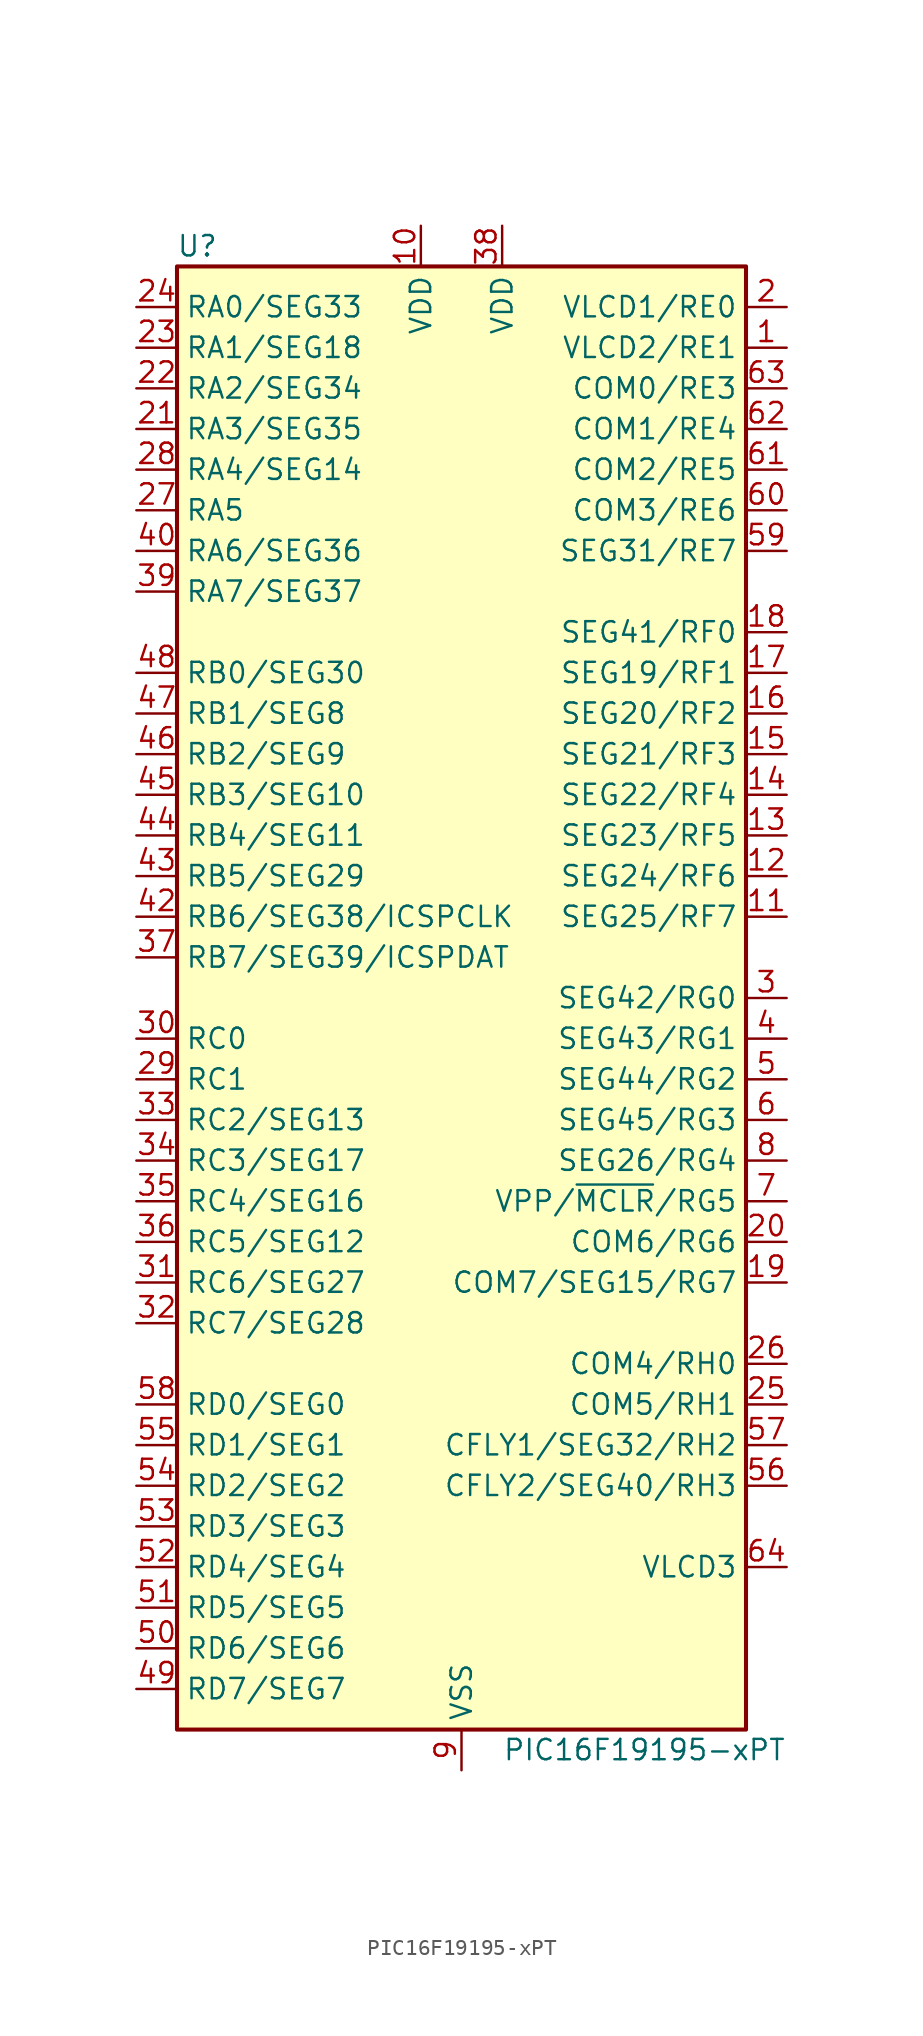
<source format=kicad_sym>
(kicad_symbol_lib
  (version 20201005)
  (generator kicad_symbol_editor)
  (symbol "PIC16F19195-xPT"
    (property "Reference" "U"
      (at -16.51 46.99 0)
      (effects (font (size 1.27 1.27))))
    (property "Value" "PIC16F19195-xPT"
      (at 11.43 -46.99 0)
      (effects (font (size 1.27 1.27))))
    (symbol "PIC16F19195-xPT_0_1"
      (rectangle (start -17.78 45.72) (end 17.78 -45.72) (stroke (width 0.254)) (fill (type background))))
    (symbol "PIC16F19195-xPT_1_1"
      (pin bidirectional line (at 20.32 40.64 180) (length 2.54) (name "VLCD2/RE1" (effects (font (size 1.27 1.27)))) (number "1" (effects (font (size 1.27 1.27)))))
      (pin power_in line (at -2.54 48.26 270) (length 2.54) (name "VDD" (effects (font (size 1.27 1.27)))) (number "10" (effects (font (size 1.27 1.27)))))
      (pin bidirectional line (at 20.32 5.08 180) (length 2.54) (name "SEG25/RF7" (effects (font (size 1.27 1.27)))) (number "11" (effects (font (size 1.27 1.27)))))
      (pin bidirectional line (at 20.32 7.62 180) (length 2.54) (name "SEG24/RF6" (effects (font (size 1.27 1.27)))) (number "12" (effects (font (size 1.27 1.27)))))
      (pin bidirectional line (at 20.32 10.16 180) (length 2.54) (name "SEG23/RF5" (effects (font (size 1.27 1.27)))) (number "13" (effects (font (size 1.27 1.27)))))
      (pin bidirectional line (at 20.32 12.7 180) (length 2.54) (name "SEG22/RF4" (effects (font (size 1.27 1.27)))) (number "14" (effects (font (size 1.27 1.27)))))
      (pin bidirectional line (at 20.32 15.24 180) (length 2.54) (name "SEG21/RF3" (effects (font (size 1.27 1.27)))) (number "15" (effects (font (size 1.27 1.27)))))
      (pin bidirectional line (at 20.32 17.78 180) (length 2.54) (name "SEG20/RF2" (effects (font (size 1.27 1.27)))) (number "16" (effects (font (size 1.27 1.27)))))
      (pin bidirectional line (at 20.32 20.32 180) (length 2.54) (name "SEG19/RF1" (effects (font (size 1.27 1.27)))) (number "17" (effects (font (size 1.27 1.27)))))
      (pin bidirectional line (at 20.32 22.86 180) (length 2.54) (name "SEG41/RF0" (effects (font (size 1.27 1.27)))) (number "18" (effects (font (size 1.27 1.27)))))
      (pin bidirectional line (at 20.32 -17.78 180) (length 2.54) (name "COM7/SEG15/RG7" (effects (font (size 1.27 1.27)))) (number "19" (effects (font (size 1.27 1.27)))))
      (pin bidirectional line (at 20.32 43.18 180) (length 2.54) (name "VLCD1/RE0" (effects (font (size 1.27 1.27)))) (number "2" (effects (font (size 1.27 1.27)))))
      (pin bidirectional line (at 20.32 -15.24 180) (length 2.54) (name "COM6/RG6" (effects (font (size 1.27 1.27)))) (number "20" (effects (font (size 1.27 1.27)))))
      (pin bidirectional line (at -20.32 35.56 0) (length 2.54) (name "RA3/SEG35" (effects (font (size 1.27 1.27)))) (number "21" (effects (font (size 1.27 1.27)))))
      (pin bidirectional line (at -20.32 38.1 0) (length 2.54) (name "RA2/SEG34" (effects (font (size 1.27 1.27)))) (number "22" (effects (font (size 1.27 1.27)))))
      (pin bidirectional line (at -20.32 40.64 0) (length 2.54) (name "RA1/SEG18" (effects (font (size 1.27 1.27)))) (number "23" (effects (font (size 1.27 1.27)))))
      (pin bidirectional line (at -20.32 43.18 0) (length 2.54) (name "RA0/SEG33" (effects (font (size 1.27 1.27)))) (number "24" (effects (font (size 1.27 1.27)))))
      (pin bidirectional line (at 20.32 -25.4 180) (length 2.54) (name "COM5/RH1" (effects (font (size 1.27 1.27)))) (number "25" (effects (font (size 1.27 1.27)))))
      (pin bidirectional line (at 20.32 -22.86 180) (length 2.54) (name "COM4/RH0" (effects (font (size 1.27 1.27)))) (number "26" (effects (font (size 1.27 1.27)))))
      (pin bidirectional line (at -20.32 30.48 0) (length 2.54) (name "RA5" (effects (font (size 1.27 1.27)))) (number "27" (effects (font (size 1.27 1.27)))))
      (pin bidirectional line (at -20.32 33.02 0) (length 2.54) (name "RA4/SEG14" (effects (font (size 1.27 1.27)))) (number "28" (effects (font (size 1.27 1.27)))))
      (pin bidirectional line (at -20.32 -5.08 0) (length 2.54) (name "RC1" (effects (font (size 1.27 1.27)))) (number "29" (effects (font (size 1.27 1.27)))))
      (pin bidirectional line (at 20.32 0 180) (length 2.54) (name "SEG42/RG0" (effects (font (size 1.27 1.27)))) (number "3" (effects (font (size 1.27 1.27)))))
      (pin bidirectional line (at -20.32 -2.54 0) (length 2.54) (name "RC0" (effects (font (size 1.27 1.27)))) (number "30" (effects (font (size 1.27 1.27)))))
      (pin bidirectional line (at -20.32 -17.78 0) (length 2.54) (name "RC6/SEG27" (effects (font (size 1.27 1.27)))) (number "31" (effects (font (size 1.27 1.27)))))
      (pin bidirectional line (at -20.32 -20.32 0) (length 2.54) (name "RC7/SEG28" (effects (font (size 1.27 1.27)))) (number "32" (effects (font (size 1.27 1.27)))))
      (pin bidirectional line (at -20.32 -7.62 0) (length 2.54) (name "RC2/SEG13" (effects (font (size 1.27 1.27)))) (number "33" (effects (font (size 1.27 1.27)))))
      (pin bidirectional line (at -20.32 -10.16 0) (length 2.54) (name "RC3/SEG17" (effects (font (size 1.27 1.27)))) (number "34" (effects (font (size 1.27 1.27)))))
      (pin bidirectional line (at -20.32 -12.7 0) (length 2.54) (name "RC4/SEG16" (effects (font (size 1.27 1.27)))) (number "35" (effects (font (size 1.27 1.27)))))
      (pin bidirectional line (at -20.32 -15.24 0) (length 2.54) (name "RC5/SEG12" (effects (font (size 1.27 1.27)))) (number "36" (effects (font (size 1.27 1.27)))))
      (pin bidirectional line (at -20.32 2.54 0) (length 2.54) (name "RB7/SEG39/ICSPDAT" (effects (font (size 1.27 1.27)))) (number "37" (effects (font (size 1.27 1.27)))))
      (pin power_in line (at 2.54 48.26 270) (length 2.54) (name "VDD" (effects (font (size 1.27 1.27)))) (number "38" (effects (font (size 1.27 1.27)))))
      (pin bidirectional line (at -20.32 25.4 0) (length 2.54) (name "RA7/SEG37" (effects (font (size 1.27 1.27)))) (number "39" (effects (font (size 1.27 1.27)))))
      (pin bidirectional line (at 20.32 -2.54 180) (length 2.54) (name "SEG43/RG1" (effects (font (size 1.27 1.27)))) (number "4" (effects (font (size 1.27 1.27)))))
      (pin bidirectional line (at -20.32 27.94 0) (length 2.54) (name "RA6/SEG36" (effects (font (size 1.27 1.27)))) (number "40" (effects (font (size 1.27 1.27)))))
      (pin passive line (at 0 -48.26 90) (length 2.54) hide (name "VSS" (effects (font (size 1.27 1.27)))) (number "41" (effects (font (size 1.27 1.27)))))
      (pin bidirectional line (at -20.32 5.08 0) (length 2.54) (name "RB6/SEG38/ICSPCLK" (effects (font (size 1.27 1.27)))) (number "42" (effects (font (size 1.27 1.27)))))
      (pin bidirectional line (at -20.32 7.62 0) (length 2.54) (name "RB5/SEG29" (effects (font (size 1.27 1.27)))) (number "43" (effects (font (size 1.27 1.27)))))
      (pin bidirectional line (at -20.32 10.16 0) (length 2.54) (name "RB4/SEG11" (effects (font (size 1.27 1.27)))) (number "44" (effects (font (size 1.27 1.27)))))
      (pin bidirectional line (at -20.32 12.7 0) (length 2.54) (name "RB3/SEG10" (effects (font (size 1.27 1.27)))) (number "45" (effects (font (size 1.27 1.27)))))
      (pin bidirectional line (at -20.32 15.24 0) (length 2.54) (name "RB2/SEG9" (effects (font (size 1.27 1.27)))) (number "46" (effects (font (size 1.27 1.27)))))
      (pin bidirectional line (at -20.32 17.78 0) (length 2.54) (name "RB1/SEG8" (effects (font (size 1.27 1.27)))) (number "47" (effects (font (size 1.27 1.27)))))
      (pin bidirectional line (at -20.32 20.32 0) (length 2.54) (name "RB0/SEG30" (effects (font (size 1.27 1.27)))) (number "48" (effects (font (size 1.27 1.27)))))
      (pin bidirectional line (at -20.32 -43.18 0) (length 2.54) (name "RD7/SEG7" (effects (font (size 1.27 1.27)))) (number "49" (effects (font (size 1.27 1.27)))))
      (pin bidirectional line (at 20.32 -5.08 180) (length 2.54) (name "SEG44/RG2" (effects (font (size 1.27 1.27)))) (number "5" (effects (font (size 1.27 1.27)))))
      (pin bidirectional line (at -20.32 -40.64 0) (length 2.54) (name "RD6/SEG6" (effects (font (size 1.27 1.27)))) (number "50" (effects (font (size 1.27 1.27)))))
      (pin bidirectional line (at -20.32 -38.1 0) (length 2.54) (name "RD5/SEG5" (effects (font (size 1.27 1.27)))) (number "51" (effects (font (size 1.27 1.27)))))
      (pin bidirectional line (at -20.32 -35.56 0) (length 2.54) (name "RD4/SEG4" (effects (font (size 1.27 1.27)))) (number "52" (effects (font (size 1.27 1.27)))))
      (pin bidirectional line (at -20.32 -33.02 0) (length 2.54) (name "RD3/SEG3" (effects (font (size 1.27 1.27)))) (number "53" (effects (font (size 1.27 1.27)))))
      (pin bidirectional line (at -20.32 -30.48 0) (length 2.54) (name "RD2/SEG2" (effects (font (size 1.27 1.27)))) (number "54" (effects (font (size 1.27 1.27)))))
      (pin bidirectional line (at -20.32 -27.94 0) (length 2.54) (name "RD1/SEG1" (effects (font (size 1.27 1.27)))) (number "55" (effects (font (size 1.27 1.27)))))
      (pin bidirectional line (at 20.32 -30.48 180) (length 2.54) (name "CFLY2/SEG40/RH3" (effects (font (size 1.27 1.27)))) (number "56" (effects (font (size 1.27 1.27)))))
      (pin bidirectional line (at 20.32 -27.94 180) (length 2.54) (name "CFLY1/SEG32/RH2" (effects (font (size 1.27 1.27)))) (number "57" (effects (font (size 1.27 1.27)))))
      (pin bidirectional line (at -20.32 -25.4 0) (length 2.54) (name "RD0/SEG0" (effects (font (size 1.27 1.27)))) (number "58" (effects (font (size 1.27 1.27)))))
      (pin bidirectional line (at 20.32 27.94 180) (length 2.54) (name "SEG31/RE7" (effects (font (size 1.27 1.27)))) (number "59" (effects (font (size 1.27 1.27)))))
      (pin bidirectional line (at 20.32 -7.62 180) (length 2.54) (name "SEG45/RG3" (effects (font (size 1.27 1.27)))) (number "6" (effects (font (size 1.27 1.27)))))
      (pin bidirectional line (at 20.32 30.48 180) (length 2.54) (name "COM3/RE6" (effects (font (size 1.27 1.27)))) (number "60" (effects (font (size 1.27 1.27)))))
      (pin bidirectional line (at 20.32 33.02 180) (length 2.54) (name "COM2/RE5" (effects (font (size 1.27 1.27)))) (number "61" (effects (font (size 1.27 1.27)))))
      (pin bidirectional line (at 20.32 35.56 180) (length 2.54) (name "COM1/RE4" (effects (font (size 1.27 1.27)))) (number "62" (effects (font (size 1.27 1.27)))))
      (pin bidirectional line (at 20.32 38.1 180) (length 2.54) (name "COM0/RE3" (effects (font (size 1.27 1.27)))) (number "63" (effects (font (size 1.27 1.27)))))
      (pin input line (at 20.32 -35.56 180) (length 2.54) (name "VLCD3" (effects (font (size 1.27 1.27)))) (number "64" (effects (font (size 1.27 1.27)))))
      (pin bidirectional line (at 20.32 -12.7 180) (length 2.54) (name "VPP/~MCLR~/RG5" (effects (font (size 1.27 1.27)))) (number "7" (effects (font (size 1.27 1.27)))))
      (pin bidirectional line (at 20.32 -10.16 180) (length 2.54) (name "SEG26/RG4" (effects (font (size 1.27 1.27)))) (number "8" (effects (font (size 1.27 1.27)))))
      (pin power_in line (at 0 -48.26 90) (length 2.54) (name "VSS" (effects (font (size 1.27 1.27)))) (number "9" (effects (font (size 1.27 1.27))))))))
</source>
